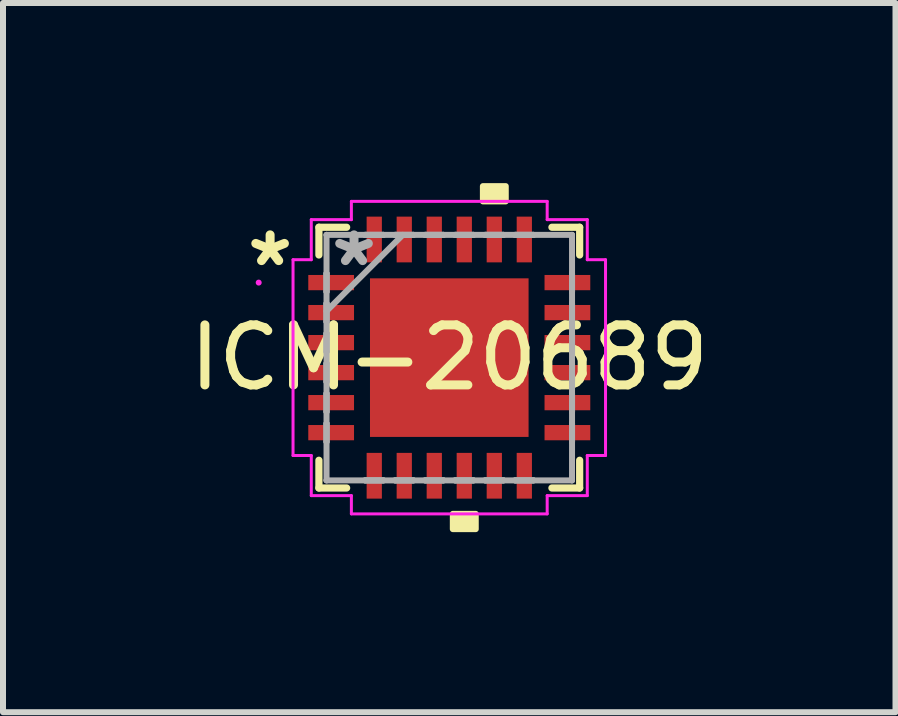
<source format=kicad_pcb>
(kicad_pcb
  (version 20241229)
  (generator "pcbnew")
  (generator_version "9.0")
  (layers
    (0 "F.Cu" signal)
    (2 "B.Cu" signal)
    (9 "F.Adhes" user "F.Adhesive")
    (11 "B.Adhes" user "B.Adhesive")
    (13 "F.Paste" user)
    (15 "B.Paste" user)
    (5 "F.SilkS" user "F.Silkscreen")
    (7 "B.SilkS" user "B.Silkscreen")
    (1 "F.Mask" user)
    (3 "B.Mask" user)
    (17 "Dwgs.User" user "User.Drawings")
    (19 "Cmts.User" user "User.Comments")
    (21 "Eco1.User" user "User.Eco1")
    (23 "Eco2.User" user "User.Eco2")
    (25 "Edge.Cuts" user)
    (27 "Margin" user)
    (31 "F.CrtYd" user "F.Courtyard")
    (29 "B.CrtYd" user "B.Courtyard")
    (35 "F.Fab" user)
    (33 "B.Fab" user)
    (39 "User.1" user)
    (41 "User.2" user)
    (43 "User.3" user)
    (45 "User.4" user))
  (footprint "ICM-20689"
    (layer "F.Cu")
    (at 4.435 2.908)
    (property "Reference" "ICM-20689" (at 0 0 0) (layer "F.SilkS") (effects (font (size 1 1) (thickness 0.15))))
    (attr smd)
    (fp_line (start -2.172 -2.172) (end -2.172 -1.71) (stroke (width 0.12) (type solid)) (layer "F.SilkS"))
    (fp_line (start -2.172 1.71) (end -2.172 2.172) (stroke (width 0.12) (type solid)) (layer "F.SilkS"))
    (fp_line (start -2.172 2.172) (end -1.71 2.172) (stroke (width 0.12) (type solid)) (layer "F.SilkS"))
    (fp_line (start -1.71 -2.172) (end -2.172 -2.172) (stroke (width 0.12) (type solid)) (layer "F.SilkS"))
    (fp_line (start 1.71 2.172) (end 2.172 2.172) (stroke (width 0.12) (type solid)) (layer "F.SilkS"))
    (fp_line (start 2.172 -2.172) (end 1.71 -2.172) (stroke (width 0.12) (type solid)) (layer "F.SilkS"))
    (fp_line (start 2.172 -1.71) (end 2.172 -2.172) (stroke (width 0.12) (type solid)) (layer "F.SilkS"))
    (fp_line (start 2.172 2.172) (end 2.172 1.71) (stroke (width 0.12) (type solid)) (layer "F.SilkS"))
    (fp_poly (pts (xy 0.059 2.603) (xy 0.059 2.857) (xy 0.441 2.857) (xy 0.441 2.603)) (stroke (width 0.1) (type solid)) (fill yes) (layer "F.SilkS"))
    (fp_poly (pts (xy 0.56 -2.603) (xy 0.56 -2.857) (xy 0.941 -2.857) (xy 0.941 -2.603)) (stroke (width 0.1) (type solid)) (fill yes) (layer "F.SilkS"))
    (fp_poly (pts (xy -1.221 -1.221) (xy -1.221 -0.1) (xy -0.1 -0.1) (xy -0.1 -1.221)) (stroke (width 0.1) (type solid)) (fill yes) (layer "F.Paste"))
    (fp_poly (pts (xy -1.221 0.1) (xy -1.221 1.221) (xy -0.1 1.221) (xy -0.1 0.1)) (stroke (width 0.1) (type solid)) (fill yes) (layer "F.Paste"))
    (fp_poly (pts (xy 0.1 -1.221) (xy 0.1 -0.1) (xy 1.221 -0.1) (xy 1.221 -1.221)) (stroke (width 0.1) (type solid)) (fill yes) (layer "F.Paste"))
    (fp_poly (pts (xy 0.1 0.1) (xy 0.1 1.221) (xy 1.221 1.221) (xy 1.221 0.1)) (stroke (width 0.1) (type solid)) (fill yes) (layer "F.Paste"))
    (fp_line (start -2.603 -1.631) (end -2.299 -1.631) (stroke (width 0.05) (type solid)) (layer "F.CrtYd"))
    (fp_line (start -2.603 1.631) (end -2.603 -1.631) (stroke (width 0.05) (type solid)) (layer "F.CrtYd"))
    (fp_line (start -2.299 -2.299) (end -1.631 -2.299) (stroke (width 0.05) (type solid)) (layer "F.CrtYd"))
    (fp_line (start -2.299 -1.631) (end -2.299 -2.299) (stroke (width 0.05) (type solid)) (layer "F.CrtYd"))
    (fp_line (start -2.299 1.631) (end -2.603 1.631) (stroke (width 0.05) (type solid)) (layer "F.CrtYd"))
    (fp_line (start -2.299 2.299) (end -2.299 1.631) (stroke (width 0.05) (type solid)) (layer "F.CrtYd"))
    (fp_line (start -1.631 -2.603) (end 1.631 -2.603) (stroke (width 0.05) (type solid)) (layer "F.CrtYd"))
    (fp_line (start -1.631 -2.299) (end -1.631 -2.603) (stroke (width 0.05) (type solid)) (layer "F.CrtYd"))
    (fp_line (start -1.631 2.299) (end -2.299 2.299) (stroke (width 0.05) (type solid)) (layer "F.CrtYd"))
    (fp_line (start -1.631 2.603) (end -1.631 2.299) (stroke (width 0.05) (type solid)) (layer "F.CrtYd"))
    (fp_line (start 1.631 -2.603) (end 1.631 -2.299) (stroke (width 0.05) (type solid)) (layer "F.CrtYd"))
    (fp_line (start 1.631 -2.299) (end 2.299 -2.299) (stroke (width 0.05) (type solid)) (layer "F.CrtYd"))
    (fp_line (start 1.631 2.299) (end 1.631 2.603) (stroke (width 0.05) (type solid)) (layer "F.CrtYd"))
    (fp_line (start 1.631 2.603) (end -1.631 2.603) (stroke (width 0.05) (type solid)) (layer "F.CrtYd"))
    (fp_line (start 2.299 -2.299) (end 2.299 -1.631) (stroke (width 0.05) (type solid)) (layer "F.CrtYd"))
    (fp_line (start 2.299 -1.631) (end 2.603 -1.631) (stroke (width 0.05) (type solid)) (layer "F.CrtYd"))
    (fp_line (start 2.299 1.631) (end 2.299 2.299) (stroke (width 0.05) (type solid)) (layer "F.CrtYd"))
    (fp_line (start 2.299 2.299) (end 1.631 2.299) (stroke (width 0.05) (type solid)) (layer "F.CrtYd"))
    (fp_line (start 2.603 -1.631) (end 2.603 1.631) (stroke (width 0.05) (type solid)) (layer "F.CrtYd"))
    (fp_line (start 2.603 1.631) (end 2.299 1.631) (stroke (width 0.05) (type solid)) (layer "F.CrtYd"))
    (fp_circle (center -3.175 -1.25) (end -3.175 -1.25) (stroke (width 0.05) (type solid)) (fill no) (layer "F.CrtYd"))
    (fp_line (start -2.045 -2.045) (end -2.045 -2.045) (stroke (width 0.1) (type solid)) (layer "F.Fab"))
    (fp_line (start -2.045 -2.045) (end -2.045 2.045) (stroke (width 0.1) (type solid)) (layer "F.Fab"))
    (fp_line (start -2.045 -1.402) (end -2.045 -1.402) (stroke (width 0.1) (type solid)) (layer "F.Fab"))
    (fp_line (start -2.045 -1.402) (end -2.045 -1.098) (stroke (width 0.1) (type solid)) (layer "F.Fab"))
    (fp_line (start -2.045 -1.098) (end -2.045 -1.402) (stroke (width 0.1) (type solid)) (layer "F.Fab"))
    (fp_line (start -2.045 -1.098) (end -2.045 -1.098) (stroke (width 0.1) (type solid)) (layer "F.Fab"))
    (fp_line (start -2.045 -0.902) (end -2.045 -0.902) (stroke (width 0.1) (type solid)) (layer "F.Fab"))
    (fp_line (start -2.045 -0.902) (end -2.045 -0.598) (stroke (width 0.1) (type solid)) (layer "F.Fab"))
    (fp_line (start -2.045 -0.775) (end -0.775 -2.045) (stroke (width 0.1) (type solid)) (layer "F.Fab"))
    (fp_line (start -2.045 -0.598) (end -2.045 -0.902) (stroke (width 0.1) (type solid)) (layer "F.Fab"))
    (fp_line (start -2.045 -0.598) (end -2.045 -0.598) (stroke (width 0.1) (type solid)) (layer "F.Fab"))
    (fp_line (start -2.045 -0.402) (end -2.045 -0.402) (stroke (width 0.1) (type solid)) (layer "F.Fab"))
    (fp_line (start -2.045 -0.402) (end -2.045 -0.098) (stroke (width 0.1) (type solid)) (layer "F.Fab"))
    (fp_line (start -2.045 -0.098) (end -2.045 -0.402) (stroke (width 0.1) (type solid)) (layer "F.Fab"))
    (fp_line (start -2.045 -0.098) (end -2.045 -0.098) (stroke (width 0.1) (type solid)) (layer "F.Fab"))
    (fp_line (start -2.045 0.098) (end -2.045 0.098) (stroke (width 0.1) (type solid)) (layer "F.Fab"))
    (fp_line (start -2.045 0.098) (end -2.045 0.402) (stroke (width 0.1) (type solid)) (layer "F.Fab"))
    (fp_line (start -2.045 0.402) (end -2.045 0.098) (stroke (width 0.1) (type solid)) (layer "F.Fab"))
    (fp_line (start -2.045 0.402) (end -2.045 0.402) (stroke (width 0.1) (type solid)) (layer "F.Fab"))
    (fp_line (start -2.045 0.598) (end -2.045 0.598) (stroke (width 0.1) (type solid)) (layer "F.Fab"))
    (fp_line (start -2.045 0.598) (end -2.045 0.902) (stroke (width 0.1) (type solid)) (layer "F.Fab"))
    (fp_line (start -2.045 0.902) (end -2.045 0.598) (stroke (width 0.1) (type solid)) (layer "F.Fab"))
    (fp_line (start -2.045 0.902) (end -2.045 0.902) (stroke (width 0.1) (type solid)) (layer "F.Fab"))
    (fp_line (start -2.045 1.098) (end -2.045 1.098) (stroke (width 0.1) (type solid)) (layer "F.Fab"))
    (fp_line (start -2.045 1.098) (end -2.045 1.402) (stroke (width 0.1) (type solid)) (layer "F.Fab"))
    (fp_line (start -2.045 1.402) (end -2.045 1.098) (stroke (width 0.1) (type solid)) (layer "F.Fab"))
    (fp_line (start -2.045 1.402) (end -2.045 1.402) (stroke (width 0.1) (type solid)) (layer "F.Fab"))
    (fp_line (start -2.045 2.045) (end -2.045 2.045) (stroke (width 0.1) (type solid)) (layer "F.Fab"))
    (fp_line (start -2.045 2.045) (end 2.045 2.045) (stroke (width 0.1) (type solid)) (layer "F.Fab"))
    (fp_line (start -1.402 -2.045) (end -1.402 -2.045) (stroke (width 0.1) (type solid)) (layer "F.Fab"))
    (fp_line (start -1.402 -2.045) (end -1.098 -2.045) (stroke (width 0.1) (type solid)) (layer "F.Fab"))
    (fp_line (start -1.402 2.045) (end -1.402 2.045) (stroke (width 0.1) (type solid)) (layer "F.Fab"))
    (fp_line (start -1.402 2.045) (end -1.098 2.045) (stroke (width 0.1) (type solid)) (layer "F.Fab"))
    (fp_line (start -1.098 -2.045) (end -1.402 -2.045) (stroke (width 0.1) (type solid)) (layer "F.Fab"))
    (fp_line (start -1.098 -2.045) (end -1.098 -2.045) (stroke (width 0.1) (type solid)) (layer "F.Fab"))
    (fp_line (start -1.098 2.045) (end -1.402 2.045) (stroke (width 0.1) (type solid)) (layer "F.Fab"))
    (fp_line (start -1.098 2.045) (end -1.098 2.045) (stroke (width 0.1) (type solid)) (layer "F.Fab"))
    (fp_line (start -0.902 -2.045) (end -0.902 -2.045) (stroke (width 0.1) (type solid)) (layer "F.Fab"))
    (fp_line (start -0.902 -2.045) (end -0.598 -2.045) (stroke (width 0.1) (type solid)) (layer "F.Fab"))
    (fp_line (start -0.902 2.045) (end -0.902 2.045) (stroke (width 0.1) (type solid)) (layer "F.Fab"))
    (fp_line (start -0.902 2.045) (end -0.598 2.045) (stroke (width 0.1) (type solid)) (layer "F.Fab"))
    (fp_line (start -0.598 -2.045) (end -0.902 -2.045) (stroke (width 0.1) (type solid)) (layer "F.Fab"))
    (fp_line (start -0.598 -2.045) (end -0.598 -2.045) (stroke (width 0.1) (type solid)) (layer "F.Fab"))
    (fp_line (start -0.598 2.045) (end -0.902 2.045) (stroke (width 0.1) (type solid)) (layer "F.Fab"))
    (fp_line (start -0.598 2.045) (end -0.598 2.045) (stroke (width 0.1) (type solid)) (layer "F.Fab"))
    (fp_line (start -0.402 -2.045) (end -0.402 -2.045) (stroke (width 0.1) (type solid)) (layer "F.Fab"))
    (fp_line (start -0.402 -2.045) (end -0.098 -2.045) (stroke (width 0.1) (type solid)) (layer "F.Fab"))
    (fp_line (start -0.402 2.045) (end -0.402 2.045) (stroke (width 0.1) (type solid)) (layer "F.Fab"))
    (fp_line (start -0.402 2.045) (end -0.098 2.045) (stroke (width 0.1) (type solid)) (layer "F.Fab"))
    (fp_line (start -0.098 -2.045) (end -0.402 -2.045) (stroke (width 0.1) (type solid)) (layer "F.Fab"))
    (fp_line (start -0.098 -2.045) (end -0.098 -2.045) (stroke (width 0.1) (type solid)) (layer "F.Fab"))
    (fp_line (start -0.098 2.045) (end -0.402 2.045) (stroke (width 0.1) (type solid)) (layer "F.Fab"))
    (fp_line (start -0.098 2.045) (end -0.098 2.045) (stroke (width 0.1) (type solid)) (layer "F.Fab"))
    (fp_line (start 0.098 -2.045) (end 0.098 -2.045) (stroke (width 0.1) (type solid)) (layer "F.Fab"))
    (fp_line (start 0.098 -2.045) (end 0.402 -2.045) (stroke (width 0.1) (type solid)) (layer "F.Fab"))
    (fp_line (start 0.098 2.045) (end 0.098 2.045) (stroke (width 0.1) (type solid)) (layer "F.Fab"))
    (fp_line (start 0.098 2.045) (end 0.402 2.045) (stroke (width 0.1) (type solid)) (layer "F.Fab"))
    (fp_line (start 0.402 -2.045) (end 0.098 -2.045) (stroke (width 0.1) (type solid)) (layer "F.Fab"))
    (fp_line (start 0.402 -2.045) (end 0.402 -2.045) (stroke (width 0.1) (type solid)) (layer "F.Fab"))
    (fp_line (start 0.402 2.045) (end 0.098 2.045) (stroke (width 0.1) (type solid)) (layer "F.Fab"))
    (fp_line (start 0.402 2.045) (end 0.402 2.045) (stroke (width 0.1) (type solid)) (layer "F.Fab"))
    (fp_line (start 0.598 -2.045) (end 0.598 -2.045) (stroke (width 0.1) (type solid)) (layer "F.Fab"))
    (fp_line (start 0.598 -2.045) (end 0.902 -2.045) (stroke (width 0.1) (type solid)) (layer "F.Fab"))
    (fp_line (start 0.598 2.045) (end 0.598 2.045) (stroke (width 0.1) (type solid)) (layer "F.Fab"))
    (fp_line (start 0.598 2.045) (end 0.902 2.045) (stroke (width 0.1) (type solid)) (layer "F.Fab"))
    (fp_line (start 0.902 -2.045) (end 0.598 -2.045) (stroke (width 0.1) (type solid)) (layer "F.Fab"))
    (fp_line (start 0.902 -2.045) (end 0.902 -2.045) (stroke (width 0.1) (type solid)) (layer "F.Fab"))
    (fp_line (start 0.902 2.045) (end 0.598 2.045) (stroke (width 0.1) (type solid)) (layer "F.Fab"))
    (fp_line (start 0.902 2.045) (end 0.902 2.045) (stroke (width 0.1) (type solid)) (layer "F.Fab"))
    (fp_line (start 1.098 -2.045) (end 1.098 -2.045) (stroke (width 0.1) (type solid)) (layer "F.Fab"))
    (fp_line (start 1.098 -2.045) (end 1.402 -2.045) (stroke (width 0.1) (type solid)) (layer "F.Fab"))
    (fp_line (start 1.098 2.045) (end 1.098 2.045) (stroke (width 0.1) (type solid)) (layer "F.Fab"))
    (fp_line (start 1.098 2.045) (end 1.402 2.045) (stroke (width 0.1) (type solid)) (layer "F.Fab"))
    (fp_line (start 1.402 -2.045) (end 1.098 -2.045) (stroke (width 0.1) (type solid)) (layer "F.Fab"))
    (fp_line (start 1.402 -2.045) (end 1.402 -2.045) (stroke (width 0.1) (type solid)) (layer "F.Fab"))
    (fp_line (start 1.402 2.045) (end 1.098 2.045) (stroke (width 0.1) (type solid)) (layer "F.Fab"))
    (fp_line (start 1.402 2.045) (end 1.402 2.045) (stroke (width 0.1) (type solid)) (layer "F.Fab"))
    (fp_line (start 2.045 -2.045) (end -2.045 -2.045) (stroke (width 0.1) (type solid)) (layer "F.Fab"))
    (fp_line (start 2.045 -2.045) (end 2.045 -2.045) (stroke (width 0.1) (type solid)) (layer "F.Fab"))
    (fp_line (start 2.045 -1.402) (end 2.045 -1.402) (stroke (width 0.1) (type solid)) (layer "F.Fab"))
    (fp_line (start 2.045 -1.402) (end 2.045 -1.098) (stroke (width 0.1) (type solid)) (layer "F.Fab"))
    (fp_line (start 2.045 -1.098) (end 2.045 -1.402) (stroke (width 0.1) (type solid)) (layer "F.Fab"))
    (fp_line (start 2.045 -1.098) (end 2.045 -1.098) (stroke (width 0.1) (type solid)) (layer "F.Fab"))
    (fp_line (start 2.045 -0.902) (end 2.045 -0.902) (stroke (width 0.1) (type solid)) (layer "F.Fab"))
    (fp_line (start 2.045 -0.902) (end 2.045 -0.598) (stroke (width 0.1) (type solid)) (layer "F.Fab"))
    (fp_line (start 2.045 -0.598) (end 2.045 -0.902) (stroke (width 0.1) (type solid)) (layer "F.Fab"))
    (fp_line (start 2.045 -0.598) (end 2.045 -0.598) (stroke (width 0.1) (type solid)) (layer "F.Fab"))
    (fp_line (start 2.045 -0.402) (end 2.045 -0.402) (stroke (width 0.1) (type solid)) (layer "F.Fab"))
    (fp_line (start 2.045 -0.402) (end 2.045 -0.098) (stroke (width 0.1) (type solid)) (layer "F.Fab"))
    (fp_line (start 2.045 -0.098) (end 2.045 -0.402) (stroke (width 0.1) (type solid)) (layer "F.Fab"))
    (fp_line (start 2.045 -0.098) (end 2.045 -0.098) (stroke (width 0.1) (type solid)) (layer "F.Fab"))
    (fp_line (start 2.045 0.098) (end 2.045 0.098) (stroke (width 0.1) (type solid)) (layer "F.Fab"))
    (fp_line (start 2.045 0.098) (end 2.045 0.402) (stroke (width 0.1) (type solid)) (layer "F.Fab"))
    (fp_line (start 2.045 0.402) (end 2.045 0.098) (stroke (width 0.1) (type solid)) (layer "F.Fab"))
    (fp_line (start 2.045 0.402) (end 2.045 0.402) (stroke (width 0.1) (type solid)) (layer "F.Fab"))
    (fp_line (start 2.045 0.598) (end 2.045 0.598) (stroke (width 0.1) (type solid)) (layer "F.Fab"))
    (fp_line (start 2.045 0.598) (end 2.045 0.902) (stroke (width 0.1) (type solid)) (layer "F.Fab"))
    (fp_line (start 2.045 0.902) (end 2.045 0.598) (stroke (width 0.1) (type solid)) (layer "F.Fab"))
    (fp_line (start 2.045 0.902) (end 2.045 0.902) (stroke (width 0.1) (type solid)) (layer "F.Fab"))
    (fp_line (start 2.045 1.098) (end 2.045 1.098) (stroke (width 0.1) (type solid)) (layer "F.Fab"))
    (fp_line (start 2.045 1.098) (end 2.045 1.402) (stroke (width 0.1) (type solid)) (layer "F.Fab"))
    (fp_line (start 2.045 1.402) (end 2.045 1.098) (stroke (width 0.1) (type solid)) (layer "F.Fab"))
    (fp_line (start 2.045 1.402) (end 2.045 1.402) (stroke (width 0.1) (type solid)) (layer "F.Fab"))
    (fp_line (start 2.045 2.045) (end 2.045 -2.045) (stroke (width 0.1) (type solid)) (layer "F.Fab"))
    (fp_line (start 2.045 2.045) (end 2.045 2.045) (stroke (width 0.1) (type solid)) (layer "F.Fab"))
    (fp_text user "*" (at -2.985 -1.5 0) (layer "F.SilkS") (effects (font (size 1 1) (thickness 0.15))))
    (fp_text user "*" (at -1.587 -1.5 0) (layer "F.Fab") (effects (font (size 1 1) (thickness 0.15))))
    (pad "1" smd rect (at -1.968 -1.25 90) (size 0.254 0.762) (layers "F.Cu" "F.Mask" "F.Paste"))
    (pad "2" smd rect (at -1.968 -0.75 90) (size 0.254 0.762) (layers "F.Cu" "F.Mask" "F.Paste"))
    (pad "3" smd rect (at -1.968 -0.25 90) (size 0.254 0.762) (layers "F.Cu" "F.Mask" "F.Paste"))
    (pad "4" smd rect (at -1.968 0.25 90) (size 0.254 0.762) (layers "F.Cu" "F.Mask" "F.Paste"))
    (pad "5" smd rect (at -1.968 0.75 90) (size 0.254 0.762) (layers "F.Cu" "F.Mask" "F.Paste"))
    (pad "6" smd rect (at -1.968 1.25 90) (size 0.254 0.762) (layers "F.Cu" "F.Mask" "F.Paste"))
    (pad "7" smd rect (at -1.25 1.968) (size 0.254 0.762) (layers "F.Cu" "F.Mask" "F.Paste"))
    (pad "8" smd rect (at -0.75 1.968) (size 0.254 0.762) (layers "F.Cu" "F.Mask" "F.Paste"))
    (pad "9" smd rect (at -0.25 1.968) (size 0.254 0.762) (layers "F.Cu" "F.Mask" "F.Paste"))
    (pad "10" smd rect (at 0.25 1.968) (size 0.254 0.762) (layers "F.Cu" "F.Mask" "F.Paste"))
    (pad "11" smd rect (at 0.75 1.968) (size 0.254 0.762) (layers "F.Cu" "F.Mask" "F.Paste"))
    (pad "12" smd rect (at 1.25 1.968) (size 0.254 0.762) (layers "F.Cu" "F.Mask" "F.Paste"))
    (pad "13" smd rect (at 1.968 1.25 90) (size 0.254 0.762) (layers "F.Cu" "F.Mask" "F.Paste"))
    (pad "14" smd rect (at 1.968 0.75 90) (size 0.254 0.762) (layers "F.Cu" "F.Mask" "F.Paste"))
    (pad "15" smd rect (at 1.968 0.25 90) (size 0.254 0.762) (layers "F.Cu" "F.Mask" "F.Paste"))
    (pad "16" smd rect (at 1.968 -0.25 90) (size 0.254 0.762) (layers "F.Cu" "F.Mask" "F.Paste"))
    (pad "17" smd rect (at 1.968 -0.75 90) (size 0.254 0.762) (layers "F.Cu" "F.Mask" "F.Paste"))
    (pad "18" smd rect (at 1.968 -1.25 90) (size 0.254 0.762) (layers "F.Cu" "F.Mask" "F.Paste"))
    (pad "19" smd rect (at 1.25 -1.968) (size 0.254 0.762) (layers "F.Cu" "F.Mask" "F.Paste"))
    (pad "20" smd rect (at 0.75 -1.968) (size 0.254 0.762) (layers "F.Cu" "F.Mask" "F.Paste"))
    (pad "21" smd rect (at 0.25 -1.968) (size 0.254 0.762) (layers "F.Cu" "F.Mask" "F.Paste"))
    (pad "22" smd rect (at -0.25 -1.968) (size 0.254 0.762) (layers "F.Cu" "F.Mask" "F.Paste"))
    (pad "23" smd rect (at -0.75 -1.968) (size 0.254 0.762) (layers "F.Cu" "F.Mask" "F.Paste"))
    (pad "24" smd rect (at -1.25 -1.968) (size 0.254 0.762) (layers "F.Cu" "F.Mask" "F.Paste"))
    (pad "25" smd rect (at 0 0) (size 2.642 2.642) (layers "F.Cu" "F.Mask")))
  (gr_rect
    (start -3 -3)
    (end 11.869 8.815)
    (stroke (width 0.1) (type default))
    (fill no)
    (layer "Edge.Cuts")))
</source>
